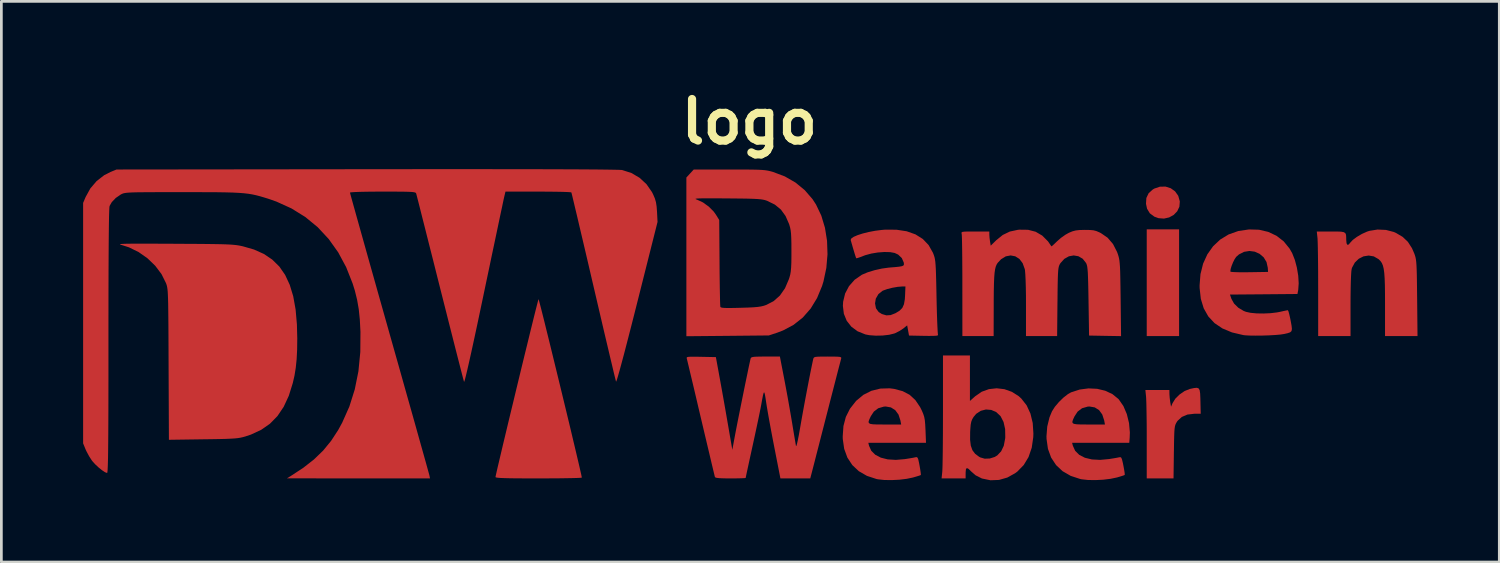
<source format=kicad_pcb>
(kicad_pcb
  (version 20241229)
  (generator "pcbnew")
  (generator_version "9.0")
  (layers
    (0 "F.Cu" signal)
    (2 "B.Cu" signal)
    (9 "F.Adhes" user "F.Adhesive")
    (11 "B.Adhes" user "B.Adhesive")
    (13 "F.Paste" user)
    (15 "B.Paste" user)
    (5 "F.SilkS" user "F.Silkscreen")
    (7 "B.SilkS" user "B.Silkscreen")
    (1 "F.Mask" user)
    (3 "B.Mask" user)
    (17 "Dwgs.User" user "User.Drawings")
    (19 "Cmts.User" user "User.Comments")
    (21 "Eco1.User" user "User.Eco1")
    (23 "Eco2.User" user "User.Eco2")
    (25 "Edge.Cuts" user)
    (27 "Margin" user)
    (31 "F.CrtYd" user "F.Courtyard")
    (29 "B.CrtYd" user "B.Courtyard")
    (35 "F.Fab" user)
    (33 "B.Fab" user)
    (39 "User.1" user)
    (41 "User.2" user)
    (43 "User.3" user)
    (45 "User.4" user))
  (footprint "logo"
    (layer "F.Cu")
    (at 24.549 8.768)
    (property "Reference" "logo" (at -0.1 -7.35 0) (layer "F.SilkS") (effects (font (size 1.524 1.524) (thickness 0.3))))
    (attr board_only exclude_from_pos_files exclude_from_bom)
    (fp_poly (pts (xy 15.667 0.514) (xy 14.48 0.514) (xy 14.48 -3.402) (xy 15.667 -3.402)) (stroke (width 0) (type solid)) (fill yes) (layer "F.Cu"))
    (fp_poly (pts (xy 15.362 -4.91) (xy 15.521 -4.795) (xy 15.636 -4.633) (xy 15.693 -4.429) (xy 15.694 -4.426) (xy 15.678 -4.233) (xy 15.599 -4.066) (xy 15.47 -3.932) (xy 15.303 -3.84) (xy 15.113 -3.797) (xy 14.913 -3.812) (xy 14.76 -3.867) (xy 14.594 -3.99) (xy 14.492 -4.158) (xy 14.453 -4.339) (xy 14.466 -4.552) (xy 14.549 -4.727) (xy 14.701 -4.864) (xy 14.76 -4.899) (xy 14.968 -4.969) (xy 15.173 -4.97)) (stroke (width 0) (type solid)) (fill yes) (layer "F.Cu"))
    (fp_poly (pts (xy 16.385 2.435) (xy 16.422 2.501) (xy 16.44 2.621) (xy 16.448 2.806) (xy 16.45 2.899) (xy 16.461 3.363) (xy 16.232 3.364) (xy 15.974 3.394) (xy 15.766 3.482) (xy 15.611 3.625) (xy 15.584 3.665) (xy 15.555 3.715) (xy 15.532 3.766) (xy 15.514 3.829) (xy 15.502 3.913) (xy 15.493 4.03) (xy 15.487 4.191) (xy 15.482 4.407) (xy 15.478 4.687) (xy 15.476 4.777) (xy 15.463 5.737) (xy 14.48 5.737) (xy 14.48 4.358) (xy 14.48 4.023) (xy 14.478 3.704) (xy 14.474 3.41) (xy 14.47 3.154) (xy 14.465 2.947) (xy 14.459 2.799) (xy 14.455 2.736) (xy 14.43 2.493) (xy 15.311 2.493) (xy 15.313 2.641) (xy 15.323 2.785) (xy 15.342 2.936) (xy 15.344 2.948) (xy 15.372 3.106) (xy 15.425 2.979) (xy 15.528 2.813) (xy 15.684 2.658) (xy 15.869 2.531) (xy 16.058 2.455) (xy 16.068 2.453) (xy 16.217 2.421) (xy 16.32 2.412)) (stroke (width 0) (type solid)) (fill yes) (layer "F.Cu"))
    (fp_poly (pts (xy -7.826 -0.806) (xy -7.798 -0.701) (xy -7.754 -0.534) (xy -7.697 -0.309) (xy -7.628 -0.035) (xy -7.55 0.283) (xy -7.462 0.636) (xy -7.368 1.02) (xy -7.269 1.426) (xy -7.166 1.848) (xy -7.061 2.279) (xy -6.956 2.712) (xy -6.852 3.142) (xy -6.751 3.56) (xy -6.655 3.96) (xy -6.566 4.336) (xy -6.484 4.68) (xy -6.412 4.986) (xy -6.351 5.246) (xy -6.303 5.455) (xy -6.269 5.606) (xy -6.252 5.691) (xy -6.25 5.707) (xy -6.288 5.714) (xy -6.398 5.72) (xy -6.569 5.725) (xy -6.795 5.729) (xy -7.066 5.733) (xy -7.374 5.735) (xy -7.711 5.737) (xy -7.834 5.737) (xy -8.246 5.736) (xy -8.585 5.735) (xy -8.857 5.732) (xy -9.068 5.727) (xy -9.223 5.721) (xy -9.329 5.713) (xy -9.391 5.703) (xy -9.416 5.691) (xy -9.417 5.687) (xy -9.408 5.639) (xy -9.382 5.522) (xy -9.341 5.341) (xy -9.285 5.105) (xy -9.218 4.821) (xy -9.141 4.494) (xy -9.054 4.132) (xy -8.961 3.742) (xy -8.862 3.33) (xy -8.759 2.905) (xy -8.655 2.471) (xy -8.55 2.037) (xy -8.446 1.608) (xy -8.345 1.193) (xy -8.248 0.798) (xy -8.158 0.429) (xy -8.076 0.095) (xy -8.003 -0.2) (xy -7.941 -0.447) (xy -7.892 -0.64) (xy -7.858 -0.771) (xy -7.84 -0.835) (xy -7.838 -0.84)) (stroke (width 0) (type solid)) (fill yes) (layer "F.Cu"))
    (fp_poly (pts (xy 23.258 -3.381) (xy 23.549 -3.305) (xy 23.623 -3.272) (xy 23.871 -3.126) (xy 24.063 -2.943) (xy 24.213 -2.71) (xy 24.3 -2.509) (xy 24.323 -2.443) (xy 24.342 -2.377) (xy 24.357 -2.301) (xy 24.369 -2.206) (xy 24.378 -2.084) (xy 24.385 -1.926) (xy 24.391 -1.721) (xy 24.395 -1.462) (xy 24.399 -1.139) (xy 24.402 -0.88) (xy 24.416 0.514) (xy 23.224 0.514) (xy 23.224 -0.646) (xy 23.223 -1.032) (xy 23.219 -1.347) (xy 23.21 -1.6) (xy 23.196 -1.8) (xy 23.175 -1.955) (xy 23.146 -2.074) (xy 23.108 -2.165) (xy 23.06 -2.236) (xy 22.999 -2.297) (xy 22.985 -2.31) (xy 22.811 -2.41) (xy 22.623 -2.441) (xy 22.434 -2.411) (xy 22.26 -2.323) (xy 22.116 -2.183) (xy 22.015 -1.997) (xy 22 -1.95) (xy 21.988 -1.866) (xy 21.978 -1.712) (xy 21.969 -1.497) (xy 21.963 -1.229) (xy 21.959 -0.918) (xy 21.958 -0.643) (xy 21.958 0.514) (xy 20.771 0.514) (xy 20.771 -1.161) (xy 20.77 -1.528) (xy 20.769 -1.879) (xy 20.766 -2.204) (xy 20.762 -2.493) (xy 20.758 -2.737) (xy 20.753 -2.926) (xy 20.748 -3.049) (xy 20.746 -3.08) (xy 20.72 -3.323) (xy 21.236 -3.323) (xy 21.457 -3.323) (xy 21.611 -3.317) (xy 21.711 -3.299) (xy 21.767 -3.263) (xy 21.793 -3.203) (xy 21.799 -3.111) (xy 21.8 -3.026) (xy 21.811 -2.893) (xy 21.843 -2.833) (xy 21.893 -2.847) (xy 21.939 -2.904) (xy 22.039 -3.012) (xy 22.193 -3.127) (xy 22.376 -3.234) (xy 22.565 -3.319) (xy 22.647 -3.346) (xy 22.949 -3.395)) (stroke (width 0) (type solid)) (fill yes) (layer "F.Cu"))
    (fp_poly (pts (xy 7.992 2.895) (xy 8.188 2.72) (xy 8.424 2.557) (xy 8.69 2.461) (xy 8.973 2.43) (xy 9.258 2.463) (xy 9.533 2.561) (xy 9.784 2.721) (xy 9.876 2.805) (xy 10.072 3.054) (xy 10.212 3.356) (xy 10.296 3.703) (xy 10.321 4.091) (xy 10.316 4.225) (xy 10.26 4.612) (xy 10.143 4.953) (xy 9.966 5.246) (xy 9.731 5.487) (xy 9.652 5.546) (xy 9.363 5.706) (xy 9.058 5.793) (xy 8.745 5.805) (xy 8.437 5.741) (xy 8.428 5.738) (xy 8.2 5.623) (xy 8.044 5.487) (xy 7.944 5.389) (xy 7.881 5.357) (xy 7.847 5.394) (xy 7.835 5.504) (xy 7.834 5.582) (xy 7.834 5.737) (xy 6.952 5.737) (xy 6.977 5.494) (xy 6.982 5.406) (xy 6.987 5.249) (xy 6.991 5.029) (xy 6.995 4.757) (xy 6.998 4.44) (xy 6.999 4.317) (xy 7.998 4.317) (xy 8.024 4.535) (xy 8.084 4.703) (xy 8.183 4.834) (xy 8.326 4.941) (xy 8.368 4.965) (xy 8.532 5.013) (xy 8.72 5.007) (xy 8.902 4.95) (xy 8.994 4.894) (xy 9.138 4.742) (xy 9.234 4.54) (xy 9.284 4.279) (xy 9.289 4.227) (xy 9.284 3.927) (xy 9.226 3.667) (xy 9.119 3.458) (xy 9.111 3.448) (xy 8.957 3.303) (xy 8.774 3.224) (xy 8.58 3.208) (xy 8.39 3.256) (xy 8.222 3.367) (xy 8.127 3.48) (xy 8.076 3.566) (xy 8.042 3.654) (xy 8.02 3.764) (xy 8.007 3.919) (xy 8 4.037) (xy 7.998 4.317) (xy 6.999 4.317) (xy 7.001 4.087) (xy 7.002 3.707) (xy 7.003 3.309) (xy 7.003 3.238) (xy 7.003 1.226) (xy 7.992 1.226)) (stroke (width 0) (type solid)) (fill yes) (layer "F.Cu"))
    (fp_poly (pts (xy -22.259 -2.877) (xy -21.905 -2.876) (xy -21.481 -2.874) (xy -21.206 -2.873) (xy -20.734 -2.87) (xy -20.334 -2.868) (xy -19.999 -2.865) (xy -19.72 -2.861) (xy -19.492 -2.857) (xy -19.306 -2.851) (xy -19.155 -2.844) (xy -19.032 -2.835) (xy -18.93 -2.824) (xy -18.841 -2.811) (xy -18.758 -2.795) (xy -18.685 -2.779) (xy -18.276 -2.661) (xy -17.918 -2.5) (xy -17.61 -2.293) (xy -17.35 -2.038) (xy -17.136 -1.73) (xy -16.967 -1.367) (xy -16.839 -0.946) (xy -16.752 -0.462) (xy -16.704 0.086) (xy -16.691 0.599) (xy -16.696 1.012) (xy -16.714 1.365) (xy -16.746 1.677) (xy -16.793 1.967) (xy -16.855 2.237) (xy -17.002 2.707) (xy -17.189 3.109) (xy -17.418 3.449) (xy -17.693 3.73) (xy -18.018 3.956) (xy -18.396 4.131) (xy -18.595 4.197) (xy -18.684 4.222) (xy -18.772 4.242) (xy -18.869 4.258) (xy -18.985 4.27) (xy -19.132 4.279) (xy -19.318 4.287) (xy -19.555 4.293) (xy -19.852 4.298) (xy -20.147 4.302) (xy -21.401 4.32) (xy -21.413 1.557) (xy -21.415 1.022) (xy -21.417 0.561) (xy -21.419 0.166) (xy -21.422 -0.166) (xy -21.425 -0.444) (xy -21.428 -0.671) (xy -21.433 -0.856) (xy -21.439 -1.002) (xy -21.445 -1.117) (xy -21.454 -1.206) (xy -21.464 -1.275) (xy -21.475 -1.33) (xy -21.489 -1.376) (xy -21.505 -1.421) (xy -21.509 -1.431) (xy -21.673 -1.76) (xy -21.904 -2.067) (xy -22.188 -2.34) (xy -22.512 -2.568) (xy -22.866 -2.742) (xy -23.131 -2.827) (xy -23.176 -2.839) (xy -23.197 -2.85) (xy -23.191 -2.858) (xy -23.15 -2.865) (xy -23.071 -2.87) (xy -22.948 -2.874) (xy -22.775 -2.876) (xy -22.547 -2.877)) (stroke (width 0) (type solid)) (fill yes) (layer "F.Cu"))
    (fp_poly (pts (xy 12.66 2.449) (xy 12.957 2.52) (xy 13.221 2.644) (xy 13.438 2.82) (xy 13.46 2.845) (xy 13.625 3.085) (xy 13.75 3.379) (xy 13.83 3.707) (xy 13.861 4.052) (xy 13.854 4.243) (xy 13.839 4.431) (xy 11.742 4.431) (xy 11.769 4.538) (xy 11.854 4.725) (xy 12.004 4.873) (xy 12.21 4.979) (xy 12.468 5.041) (xy 12.77 5.057) (xy 13.096 5.027) (xy 13.252 5.002) (xy 13.385 4.979) (xy 13.47 4.962) (xy 13.475 4.961) (xy 13.517 4.957) (xy 13.548 4.981) (xy 13.574 5.047) (xy 13.603 5.168) (xy 13.623 5.266) (xy 13.651 5.417) (xy 13.669 5.535) (xy 13.673 5.602) (xy 13.671 5.61) (xy 13.627 5.629) (xy 13.527 5.661) (xy 13.393 5.701) (xy 13.384 5.703) (xy 13.151 5.752) (xy 12.879 5.785) (xy 12.595 5.799) (xy 12.325 5.795) (xy 12.096 5.77) (xy 12.043 5.76) (xy 11.69 5.644) (xy 11.392 5.472) (xy 11.152 5.247) (xy 10.972 4.973) (xy 10.855 4.653) (xy 10.804 4.29) (xy 10.801 4.192) (xy 10.829 3.835) (xy 10.875 3.647) (xy 11.752 3.647) (xy 11.757 3.701) (xy 11.805 3.734) (xy 11.904 3.751) (xy 12.062 3.758) (xy 12.289 3.759) (xy 12.348 3.759) (xy 12.946 3.759) (xy 12.919 3.61) (xy 12.848 3.392) (xy 12.73 3.23) (xy 12.571 3.131) (xy 12.378 3.098) (xy 12.311 3.103) (xy 12.105 3.163) (xy 11.944 3.286) (xy 11.833 3.455) (xy 11.78 3.566) (xy 11.752 3.647) (xy 10.875 3.647) (xy 10.911 3.498) (xy 11.004 3.274) (xy 11.109 3.109) (xy 11.256 2.935) (xy 11.422 2.773) (xy 11.588 2.644) (xy 11.704 2.578) (xy 12.02 2.476) (xy 12.343 2.434)) (stroke (width 0) (type solid)) (fill yes) (layer "F.Cu"))
    (fp_poly (pts (xy 5.212 2.452) (xy 5.523 2.535) (xy 5.779 2.669) (xy 5.989 2.862) (xy 6.164 3.121) (xy 6.225 3.243) (xy 6.278 3.367) (xy 6.314 3.478) (xy 6.337 3.601) (xy 6.351 3.756) (xy 6.362 3.966) (xy 6.38 4.431) (xy 4.264 4.431) (xy 4.29 4.54) (xy 4.372 4.723) (xy 4.519 4.869) (xy 4.722 4.975) (xy 4.976 5.039) (xy 5.274 5.057) (xy 5.608 5.029) (xy 5.618 5.027) (xy 5.774 5.002) (xy 5.909 4.979) (xy 5.994 4.961) (xy 5.999 4.96) (xy 6.041 4.956) (xy 6.072 4.979) (xy 6.097 5.042) (xy 6.123 5.159) (xy 6.144 5.269) (xy 6.17 5.42) (xy 6.187 5.539) (xy 6.192 5.605) (xy 6.19 5.613) (xy 6.148 5.63) (xy 6.049 5.661) (xy 5.916 5.7) (xy 5.907 5.703) (xy 5.674 5.752) (xy 5.402 5.785) (xy 5.117 5.799) (xy 4.847 5.795) (xy 4.619 5.77) (xy 4.566 5.76) (xy 4.213 5.644) (xy 3.915 5.472) (xy 3.675 5.247) (xy 3.495 4.973) (xy 3.378 4.653) (xy 3.326 4.29) (xy 3.324 4.192) (xy 3.351 3.814) (xy 3.395 3.647) (xy 4.274 3.647) (xy 4.28 3.701) (xy 4.328 3.734) (xy 4.426 3.751) (xy 4.585 3.758) (xy 4.812 3.759) (xy 4.871 3.759) (xy 5.469 3.759) (xy 5.441 3.61) (xy 5.371 3.395) (xy 5.252 3.233) (xy 5.093 3.132) (xy 4.902 3.098) (xy 4.833 3.103) (xy 4.627 3.163) (xy 4.466 3.286) (xy 4.355 3.455) (xy 4.303 3.566) (xy 4.274 3.647) (xy 3.395 3.647) (xy 3.439 3.48) (xy 3.59 3.18) (xy 3.81 2.9) (xy 3.825 2.884) (xy 4.081 2.671) (xy 4.377 2.522) (xy 4.703 2.441) (xy 5.047 2.431)) (stroke (width 0) (type solid)) (fill yes) (layer "F.Cu"))
    (fp_poly (pts (xy 18.601 -3.388) (xy 18.939 -3.309) (xy 19.242 -3.166) (xy 19.505 -2.962) (xy 19.72 -2.698) (xy 19.818 -2.526) (xy 19.915 -2.28) (xy 19.99 -1.997) (xy 20.039 -1.702) (xy 20.056 -1.421) (xy 20.039 -1.18) (xy 20.034 -1.153) (xy 20.01 -1.03) (xy 18.772 -1.019) (xy 17.534 -1.009) (xy 17.588 -0.851) (xy 17.684 -0.679) (xy 17.84 -0.526) (xy 18.038 -0.408) (xy 18.124 -0.375) (xy 18.291 -0.339) (xy 18.511 -0.318) (xy 18.761 -0.314) (xy 19.016 -0.325) (xy 19.252 -0.353) (xy 19.37 -0.375) (xy 19.506 -0.406) (xy 19.61 -0.427) (xy 19.658 -0.435) (xy 19.678 -0.399) (xy 19.706 -0.302) (xy 19.739 -0.159) (xy 19.76 -0.055) (xy 19.794 0.131) (xy 19.807 0.254) (xy 19.792 0.331) (xy 19.741 0.377) (xy 19.647 0.409) (xy 19.525 0.437) (xy 19.387 0.458) (xy 19.192 0.475) (xy 18.96 0.488) (xy 18.711 0.496) (xy 18.468 0.498) (xy 18.251 0.495) (xy 18.081 0.485) (xy 18.021 0.477) (xy 17.608 0.38) (xy 17.256 0.233) (xy 16.966 0.037) (xy 16.738 -0.208) (xy 16.571 -0.504) (xy 16.465 -0.849) (xy 16.421 -1.245) (xy 16.419 -1.345) (xy 16.452 -1.761) (xy 16.479 -1.866) (xy 17.548 -1.866) (xy 17.553 -1.85) (xy 17.597 -1.84) (xy 17.707 -1.833) (xy 17.869 -1.828) (xy 18.071 -1.827) (xy 18.252 -1.829) (xy 18.931 -1.84) (xy 18.922 -1.991) (xy 18.875 -2.203) (xy 18.771 -2.375) (xy 18.622 -2.503) (xy 18.444 -2.583) (xy 18.249 -2.609) (xy 18.051 -2.577) (xy 17.864 -2.482) (xy 17.763 -2.393) (xy 17.707 -2.311) (xy 17.648 -2.194) (xy 17.595 -2.064) (xy 17.559 -1.947) (xy 17.548 -1.866) (xy 16.479 -1.866) (xy 16.548 -2.143) (xy 16.704 -2.485) (xy 16.914 -2.781) (xy 17.174 -3.026) (xy 17.482 -3.214) (xy 17.831 -3.338) (xy 17.847 -3.342) (xy 18.235 -3.399)) (stroke (width 0) (type solid)) (fill yes) (layer "F.Cu"))
    (fp_poly (pts (xy -0.486 -5.598) (xy -0.197 -5.597) (xy 0.032 -5.594) (xy 0.213 -5.59) (xy 0.354 -5.583) (xy 0.467 -5.573) (xy 0.561 -5.559) (xy 0.647 -5.541) (xy 0.733 -5.518) (xy 0.77 -5.507) (xy 1.199 -5.345) (xy 1.589 -5.121) (xy 1.93 -4.841) (xy 2.215 -4.512) (xy 2.345 -4.312) (xy 2.538 -3.907) (xy 2.673 -3.459) (xy 2.749 -2.982) (xy 2.766 -2.487) (xy 2.723 -1.987) (xy 2.619 -1.495) (xy 2.567 -1.325) (xy 2.383 -0.881) (xy 2.147 -0.494) (xy 1.859 -0.166) (xy 1.521 0.102) (xy 1.134 0.308) (xy 0.933 0.385) (xy 0.613 0.491) (xy -0.9 0.506) (xy -2.413 0.52) (xy -2.413 -4.517) (xy -2.078 -4.517) (xy -2.059 -4.505) (xy -2.018 -4.49) (xy -1.804 -4.39) (xy -1.593 -4.238) (xy -1.41 -4.055) (xy -1.327 -3.939) (xy -1.207 -3.745) (xy -1.196 -2.179) (xy -1.194 -1.833) (xy -1.19 -1.511) (xy -1.186 -1.222) (xy -1.181 -0.973) (xy -1.177 -0.775) (xy -1.172 -0.636) (xy -1.167 -0.565) (xy -1.166 -0.559) (xy -1.146 -0.539) (xy -1.095 -0.526) (xy -1.005 -0.518) (xy -0.864 -0.516) (xy -0.663 -0.518) (xy -0.425 -0.524) (xy -0.154 -0.532) (xy 0.052 -0.542) (xy 0.208 -0.556) (xy 0.329 -0.574) (xy 0.428 -0.598) (xy 0.52 -0.629) (xy 0.794 -0.772) (xy 1.022 -0.976) (xy 1.207 -1.242) (xy 1.349 -1.574) (xy 1.371 -1.642) (xy 1.399 -1.745) (xy 1.418 -1.858) (xy 1.431 -1.997) (xy 1.439 -2.175) (xy 1.442 -2.408) (xy 1.442 -2.611) (xy 1.441 -2.881) (xy 1.436 -3.087) (xy 1.428 -3.243) (xy 1.414 -3.366) (xy 1.394 -3.469) (xy 1.365 -3.568) (xy 1.357 -3.594) (xy 1.227 -3.891) (xy 1.057 -4.126) (xy 0.837 -4.308) (xy 0.557 -4.446) (xy 0.534 -4.455) (xy 0.471 -4.476) (xy 0.399 -4.492) (xy 0.309 -4.505) (xy 0.191 -4.515) (xy 0.036 -4.523) (xy -0.166 -4.529) (xy -0.423 -4.533) (xy -0.745 -4.536) (xy -0.93 -4.538) (xy -1.278 -4.54) (xy -1.554 -4.541) (xy -1.763 -4.541) (xy -1.914 -4.538) (xy -2.012 -4.534) (xy -2.065 -4.527) (xy -2.078 -4.517) (xy -2.413 -4.517) (xy -2.413 -5.303) (xy -2.278 -5.451) (xy -2.142 -5.598) (xy -0.844 -5.598)) (stroke (width 0) (type solid)) (fill yes) (layer "F.Cu"))
    (fp_poly (pts (xy 5.294 -3.389) (xy 5.67 -3.332) (xy 5.993 -3.218) (xy 6.262 -3.049) (xy 6.476 -2.825) (xy 6.633 -2.546) (xy 6.648 -2.51) (xy 6.673 -2.443) (xy 6.693 -2.377) (xy 6.709 -2.301) (xy 6.722 -2.208) (xy 6.732 -2.087) (xy 6.741 -1.929) (xy 6.748 -1.726) (xy 6.755 -1.467) (xy 6.762 -1.143) (xy 6.766 -0.926) (xy 6.773 -0.606) (xy 6.781 -0.31) (xy 6.79 -0.048) (xy 6.799 0.17) (xy 6.808 0.336) (xy 6.816 0.439) (xy 6.821 0.469) (xy 6.814 0.489) (xy 6.759 0.501) (xy 6.647 0.507) (xy 6.471 0.508) (xy 6.304 0.506) (xy 5.757 0.495) (xy 5.723 0.308) (xy 5.689 0.121) (xy 5.545 0.237) (xy 5.411 0.326) (xy 5.259 0.403) (xy 5.222 0.418) (xy 5.029 0.466) (xy 4.79 0.494) (xy 4.537 0.499) (xy 4.302 0.482) (xy 4.154 0.453) (xy 3.869 0.338) (xy 3.64 0.169) (xy 3.471 -0.047) (xy 3.366 -0.303) (xy 3.33 -0.593) (xy 3.336 -0.685) (xy 4.51 -0.685) (xy 4.544 -0.505) (xy 4.643 -0.368) (xy 4.763 -0.294) (xy 4.926 -0.246) (xy 5.082 -0.256) (xy 5.259 -0.325) (xy 5.261 -0.326) (xy 5.41 -0.417) (xy 5.511 -0.519) (xy 5.571 -0.652) (xy 5.603 -0.833) (xy 5.612 -0.972) (xy 5.626 -1.306) (xy 5.511 -1.306) (xy 5.345 -1.293) (xy 5.15 -1.259) (xy 4.961 -1.212) (xy 4.811 -1.158) (xy 4.788 -1.148) (xy 4.634 -1.026) (xy 4.538 -0.859) (xy 4.51 -0.685) (xy 3.336 -0.685) (xy 3.339 -0.746) (xy 3.412 -1.047) (xy 3.555 -1.318) (xy 3.759 -1.55) (xy 4.017 -1.73) (xy 4.036 -1.74) (xy 4.24 -1.826) (xy 4.492 -1.903) (xy 4.76 -1.963) (xy 5.013 -1.998) (xy 5.025 -1.999) (xy 5.246 -2.017) (xy 5.4 -2.033) (xy 5.498 -2.051) (xy 5.551 -2.075) (xy 5.57 -2.109) (xy 5.568 -2.158) (xy 5.563 -2.187) (xy 5.492 -2.349) (xy 5.358 -2.476) (xy 5.23 -2.536) (xy 5.065 -2.566) (xy 4.85 -2.571) (xy 4.61 -2.553) (xy 4.371 -2.513) (xy 4.156 -2.455) (xy 4.102 -2.435) (xy 3.97 -2.384) (xy 3.87 -2.35) (xy 3.821 -2.34) (xy 3.819 -2.34) (xy 3.802 -2.386) (xy 3.765 -2.503) (xy 3.71 -2.686) (xy 3.639 -2.932) (xy 3.616 -3.012) (xy 3.639 -3.067) (xy 3.728 -3.128) (xy 3.872 -3.19) (xy 4.058 -3.25) (xy 4.275 -3.304) (xy 4.51 -3.349) (xy 4.752 -3.38) (xy 4.868 -3.39)) (stroke (width 0) (type solid)) (fill yes) (layer "F.Cu"))
    (fp_poly (pts (xy 10.125 -3.386) (xy 10.404 -3.314) (xy 10.647 -3.172) (xy 10.858 -2.96) (xy 10.983 -2.777) (xy 11.012 -2.797) (xy 11.082 -2.86) (xy 11.179 -2.954) (xy 11.193 -2.967) (xy 11.335 -3.091) (xy 11.498 -3.206) (xy 11.622 -3.275) (xy 11.751 -3.329) (xy 11.871 -3.361) (xy 12.01 -3.377) (xy 12.198 -3.382) (xy 12.208 -3.382) (xy 12.39 -3.379) (xy 12.521 -3.368) (xy 12.628 -3.341) (xy 12.74 -3.293) (xy 12.8 -3.263) (xy 13.044 -3.095) (xy 13.242 -2.864) (xy 13.391 -2.573) (xy 13.42 -2.493) (xy 13.443 -2.419) (xy 13.462 -2.345) (xy 13.477 -2.26) (xy 13.488 -2.156) (xy 13.498 -2.024) (xy 13.505 -1.853) (xy 13.51 -1.635) (xy 13.515 -1.361) (xy 13.52 -1.02) (xy 13.522 -0.859) (xy 13.538 0.516) (xy 12.951 0.506) (xy 12.364 0.495) (xy 12.344 -0.771) (xy 12.338 -1.127) (xy 12.332 -1.413) (xy 12.325 -1.637) (xy 12.318 -1.809) (xy 12.308 -1.936) (xy 12.297 -2.029) (xy 12.282 -2.096) (xy 12.264 -2.146) (xy 12.253 -2.168) (xy 12.13 -2.323) (xy 11.974 -2.415) (xy 11.8 -2.445) (xy 11.623 -2.413) (xy 11.457 -2.32) (xy 11.317 -2.166) (xy 11.295 -2.132) (xy 11.273 -2.09) (xy 11.256 -2.042) (xy 11.242 -1.978) (xy 11.231 -1.889) (xy 11.223 -1.767) (xy 11.217 -1.602) (xy 11.212 -1.386) (xy 11.208 -1.109) (xy 11.205 -0.762) (xy 11.204 -0.742) (xy 11.192 0.514) (xy 10.049 0.514) (xy 10.049 -0.611) (xy 10.048 -0.961) (xy 10.043 -1.273) (xy 10.035 -1.538) (xy 10.025 -1.748) (xy 10.013 -1.893) (xy 10.005 -1.942) (xy 9.927 -2.159) (xy 9.807 -2.317) (xy 9.655 -2.413) (xy 9.485 -2.445) (xy 9.308 -2.411) (xy 9.136 -2.306) (xy 9.008 -2.169) (xy 8.97 -2.107) (xy 8.939 -2.032) (xy 8.915 -1.933) (xy 8.896 -1.803) (xy 8.883 -1.633) (xy 8.874 -1.414) (xy 8.868 -1.137) (xy 8.865 -0.795) (xy 8.865 -0.584) (xy 8.862 0.514) (xy 7.715 0.514) (xy 7.714 -1.315) (xy 7.714 -1.691) (xy 7.712 -2.045) (xy 7.71 -2.368) (xy 7.707 -2.653) (xy 7.703 -2.89) (xy 7.699 -3.072) (xy 7.694 -3.19) (xy 7.69 -3.234) (xy 7.682 -3.27) (xy 7.691 -3.295) (xy 7.726 -3.311) (xy 7.802 -3.319) (xy 7.929 -3.323) (xy 8.121 -3.323) (xy 8.185 -3.323) (xy 8.704 -3.323) (xy 8.704 -3.215) (xy 8.711 -3.1) (xy 8.728 -2.967) (xy 8.73 -2.954) (xy 8.755 -2.803) (xy 8.957 -3.002) (xy 9.196 -3.196) (xy 9.455 -3.321) (xy 9.752 -3.385) (xy 9.805 -3.39)) (stroke (width 0) (type solid)) (fill yes) (layer "F.Cu"))
    (fp_poly (pts (xy 1.185 2.125) (xy 1.244 2.438) (xy 1.308 2.784) (xy 1.37 3.135) (xy 1.427 3.462) (xy 1.47 3.717) (xy 1.509 3.955) (xy 1.545 4.172) (xy 1.576 4.353) (xy 1.598 4.484) (xy 1.61 4.55) (xy 1.623 4.545) (xy 1.646 4.47) (xy 1.677 4.333) (xy 1.715 4.141) (xy 1.757 3.903) (xy 1.765 3.858) (xy 1.805 3.627) (xy 1.854 3.354) (xy 1.909 3.052) (xy 1.968 2.737) (xy 2.028 2.421) (xy 2.086 2.119) (xy 2.14 1.845) (xy 2.188 1.611) (xy 2.225 1.433) (xy 2.243 1.355) (xy 2.254 1.319) (xy 2.279 1.294) (xy 2.328 1.278) (xy 2.416 1.27) (xy 2.556 1.267) (xy 2.761 1.266) (xy 2.776 1.266) (xy 2.986 1.267) (xy 3.129 1.27) (xy 3.216 1.278) (xy 3.26 1.293) (xy 3.272 1.314) (xy 3.268 1.335) (xy 3.255 1.386) (xy 3.224 1.506) (xy 3.176 1.688) (xy 3.115 1.924) (xy 3.042 2.207) (xy 2.959 2.53) (xy 2.867 2.885) (xy 2.77 3.265) (xy 2.729 3.422) (xy 2.629 3.813) (xy 2.533 4.185) (xy 2.445 4.53) (xy 2.365 4.839) (xy 2.297 5.106) (xy 2.241 5.323) (xy 2.2 5.481) (xy 2.176 5.573) (xy 2.172 5.588) (xy 2.133 5.737) (xy 1.038 5.737) (xy 0.815 4.599) (xy 0.753 4.279) (xy 0.692 3.957) (xy 0.635 3.648) (xy 0.585 3.369) (xy 0.545 3.136) (xy 0.518 2.967) (xy 0.488 2.766) (xy 0.465 2.637) (xy 0.444 2.579) (xy 0.423 2.596) (xy 0.398 2.687) (xy 0.366 2.854) (xy 0.335 3.027) (xy 0.31 3.159) (xy 0.271 3.354) (xy 0.22 3.599) (xy 0.16 3.881) (xy 0.095 4.184) (xy 0.027 4.497) (xy 0.017 4.543) (xy -0.047 4.835) (xy -0.105 5.1) (xy -0.155 5.331) (xy -0.195 5.516) (xy -0.223 5.647) (xy -0.236 5.714) (xy -0.237 5.72) (xy -0.275 5.726) (xy -0.377 5.731) (xy -0.53 5.735) (xy -0.72 5.737) (xy -0.793 5.737) (xy -1.032 5.735) (xy -1.2 5.728) (xy -1.306 5.716) (xy -1.357 5.697) (xy -1.365 5.687) (xy -1.377 5.64) (xy -1.405 5.524) (xy -1.448 5.344) (xy -1.504 5.11) (xy -1.571 4.826) (xy -1.648 4.502) (xy -1.733 4.144) (xy -1.824 3.758) (xy -1.88 3.521) (xy -1.974 3.123) (xy -2.062 2.746) (xy -2.144 2.399) (xy -2.218 2.088) (xy -2.282 1.821) (xy -2.333 1.605) (xy -2.371 1.447) (xy -2.393 1.355) (xy -2.399 1.334) (xy -2.402 1.306) (xy -2.384 1.287) (xy -2.333 1.276) (xy -2.237 1.271) (xy -2.086 1.271) (xy -1.875 1.275) (xy -1.33 1.286) (xy -1.178 2.117) (xy -1.121 2.432) (xy -1.056 2.794) (xy -0.989 3.173) (xy -0.926 3.537) (xy -0.877 3.818) (xy -0.727 4.688) (xy -0.636 4.194) (xy -0.606 4.036) (xy -0.566 3.829) (xy -0.517 3.581) (xy -0.462 3.305) (xy -0.403 3.011) (xy -0.342 2.71) (xy -0.282 2.413) (xy -0.224 2.131) (xy -0.171 1.876) (xy -0.126 1.657) (xy -0.089 1.486) (xy -0.064 1.374) (xy -0.055 1.335) (xy -0.039 1.307) (xy -0.001 1.288) (xy 0.07 1.275) (xy 0.188 1.269) (xy 0.366 1.266) (xy 0.492 1.266) (xy 1.019 1.266)) (stroke (width 0) (type solid)) (fill yes) (layer "F.Cu"))
    (fp_poly (pts (xy -9.972 -5.611) (xy -9.124 -5.61) (xy -8.352 -5.609) (xy -7.657 -5.608) (xy -7.038 -5.606) (xy -6.494 -5.604) (xy -6.025 -5.601) (xy -5.631 -5.598) (xy -5.311 -5.594) (xy -5.065 -5.59) (xy -4.892 -5.586) (xy -4.791 -5.581) (xy -4.767 -5.578) (xy -4.43 -5.47) (xy -4.13 -5.294) (xy -3.876 -5.059) (xy -3.676 -4.771) (xy -3.632 -4.684) (xy -3.568 -4.534) (xy -3.528 -4.395) (xy -3.504 -4.236) (xy -3.49 -4.048) (xy -3.471 -3.674) (xy -4.218 -0.709) (xy -4.358 -0.155) (xy -4.487 0.349) (xy -4.603 0.798) (xy -4.705 1.19) (xy -4.794 1.521) (xy -4.867 1.789) (xy -4.925 1.991) (xy -4.965 2.124) (xy -4.989 2.184) (xy -4.993 2.186) (xy -5.006 2.138) (xy -5.036 2.018) (xy -5.081 1.833) (xy -5.139 1.587) (xy -5.211 1.287) (xy -5.293 0.938) (xy -5.386 0.546) (xy -5.487 0.116) (xy -5.595 -0.347) (xy -5.709 -0.835) (xy -5.819 -1.306) (xy -5.937 -1.813) (xy -6.05 -2.298) (xy -6.157 -2.755) (xy -6.257 -3.179) (xy -6.348 -3.565) (xy -6.428 -3.907) (xy -6.498 -4.199) (xy -6.554 -4.435) (xy -6.596 -4.611) (xy -6.623 -4.72) (xy -6.634 -4.758) (xy -6.676 -4.765) (xy -6.788 -4.772) (xy -6.959 -4.778) (xy -7.18 -4.782) (xy -7.441 -4.785) (xy -7.732 -4.787) (xy -7.851 -4.787) (xy -9.051 -4.787) (xy -9.091 -4.619) (xy -9.106 -4.556) (xy -9.135 -4.421) (xy -9.177 -4.22) (xy -9.233 -3.96) (xy -9.299 -3.646) (xy -9.375 -3.284) (xy -9.46 -2.881) (xy -9.553 -2.442) (xy -9.651 -1.973) (xy -9.755 -1.48) (xy -9.836 -1.093) (xy -9.973 -0.442) (xy -10.096 0.14) (xy -10.206 0.651) (xy -10.302 1.091) (xy -10.384 1.459) (xy -10.451 1.753) (xy -10.504 1.973) (xy -10.541 2.118) (xy -10.564 2.187) (xy -10.571 2.191) (xy -10.585 2.142) (xy -10.617 2.023) (xy -10.665 1.837) (xy -10.728 1.592) (xy -10.805 1.293) (xy -10.894 0.945) (xy -10.993 0.554) (xy -11.102 0.126) (xy -11.218 -0.334) (xy -11.341 -0.82) (xy -11.454 -1.266) (xy -11.581 -1.77) (xy -11.702 -2.253) (xy -11.818 -2.709) (xy -11.925 -3.133) (xy -12.022 -3.518) (xy -12.109 -3.86) (xy -12.183 -4.153) (xy -12.243 -4.391) (xy -12.289 -4.568) (xy -12.317 -4.679) (xy -12.328 -4.718) (xy -12.339 -4.738) (xy -12.364 -4.753) (xy -12.411 -4.765) (xy -12.49 -4.774) (xy -12.607 -4.78) (xy -12.772 -4.784) (xy -12.993 -4.786) (xy -13.278 -4.787) (xy -13.553 -4.787) (xy -13.868 -4.786) (xy -14.149 -4.783) (xy -14.386 -4.778) (xy -14.572 -4.771) (xy -14.697 -4.763) (xy -14.755 -4.754) (xy -14.757 -4.752) (xy -14.747 -4.71) (xy -14.716 -4.597) (xy -14.666 -4.416) (xy -14.598 -4.172) (xy -14.514 -3.871) (xy -14.414 -3.515) (xy -14.3 -3.109) (xy -14.174 -2.659) (xy -14.036 -2.168) (xy -13.887 -1.641) (xy -13.73 -1.082) (xy -13.564 -0.495) (xy -13.392 0.114) (xy -13.311 0.402) (xy -13.136 1.021) (xy -12.966 1.621) (xy -12.804 2.197) (xy -12.65 2.744) (xy -12.505 3.257) (xy -12.371 3.732) (xy -12.25 4.165) (xy -12.142 4.55) (xy -12.048 4.884) (xy -11.97 5.162) (xy -11.91 5.38) (xy -11.868 5.532) (xy -11.845 5.615) (xy -11.842 5.628) (xy -11.82 5.737) (xy -14.446 5.736) (xy -17.072 5.735) (xy -16.933 5.651) (xy -16.473 5.35) (xy -16.079 5.042) (xy -15.742 4.716) (xy -15.45 4.36) (xy -15.19 3.962) (xy -15.043 3.693) (xy -14.779 3.099) (xy -14.581 2.471) (xy -14.447 1.806) (xy -14.378 1.1) (xy -14.372 0.35) (xy -14.373 0.34) (xy -14.396 -0.094) (xy -14.435 -0.472) (xy -14.495 -0.818) (xy -14.578 -1.154) (xy -14.659 -1.414) (xy -14.897 -2.015) (xy -15.191 -2.561) (xy -15.54 -3.05) (xy -15.942 -3.482) (xy -16.396 -3.855) (xy -16.902 -4.169) (xy -17.459 -4.422) (xy -17.754 -4.525) (xy -17.917 -4.575) (xy -18.063 -4.618) (xy -18.202 -4.654) (xy -18.341 -4.684) (xy -18.488 -4.708) (xy -18.651 -4.727) (xy -18.837 -4.741) (xy -19.056 -4.752) (xy -19.314 -4.759) (xy -19.619 -4.764) (xy -19.98 -4.766) (xy -20.405 -4.767) (xy -20.89 -4.767) (xy -21.353 -4.767) (xy -21.743 -4.767) (xy -22.068 -4.766) (xy -22.334 -4.764) (xy -22.548 -4.762) (xy -22.716 -4.758) (xy -22.846 -4.752) (xy -22.943 -4.745) (xy -23.015 -4.735) (xy -23.068 -4.724) (xy -23.109 -4.709) (xy -23.146 -4.692) (xy -23.165 -4.682) (xy -23.351 -4.554) (xy -23.498 -4.4) (xy -23.578 -4.26) (xy -23.585 -4.208) (xy -23.591 -4.088) (xy -23.597 -3.9) (xy -23.602 -3.642) (xy -23.606 -3.315) (xy -23.61 -2.915) (xy -23.613 -2.443) (xy -23.616 -1.897) (xy -23.618 -1.276) (xy -23.619 -0.579) (xy -23.62 0.195) (xy -23.62 0.695) (xy -23.62 1.441) (xy -23.62 2.111) (xy -23.621 2.709) (xy -23.622 3.239) (xy -23.624 3.703) (xy -23.626 4.106) (xy -23.629 4.451) (xy -23.632 4.741) (xy -23.635 4.98) (xy -23.64 5.171) (xy -23.645 5.318) (xy -23.65 5.425) (xy -23.657 5.495) (xy -23.664 5.531) (xy -23.669 5.538) (xy -23.745 5.51) (xy -23.855 5.437) (xy -23.982 5.335) (xy -24.107 5.218) (xy -24.212 5.101) (xy -24.232 5.074) (xy -24.33 4.922) (xy -24.423 4.749) (xy -24.46 4.669) (xy -24.549 4.451) (xy -24.549 -4.372) (xy -24.457 -4.589) (xy -24.284 -4.904) (xy -24.053 -5.174) (xy -23.775 -5.39) (xy -23.54 -5.509) (xy -23.323 -5.598) (xy -14.144 -5.609) (xy -12.984 -5.61) (xy -11.902 -5.611) (xy -10.898 -5.611)) (stroke (width 0) (type solid)) (fill yes) (layer "F.Cu"))
    (fp_poly (pts (xy 15.667 0.514) (xy 14.48 0.514) (xy 14.48 -3.402) (xy 15.667 -3.402)) (stroke (width 0) (type solid)) (fill yes) (layer "F.Mask"))
    (fp_poly (pts (xy 15.362 -4.91) (xy 15.521 -4.795) (xy 15.636 -4.633) (xy 15.693 -4.429) (xy 15.694 -4.426) (xy 15.678 -4.233) (xy 15.599 -4.066) (xy 15.47 -3.932) (xy 15.303 -3.84) (xy 15.113 -3.797) (xy 14.913 -3.812) (xy 14.76 -3.867) (xy 14.594 -3.99) (xy 14.492 -4.158) (xy 14.453 -4.339) (xy 14.466 -4.552) (xy 14.549 -4.727) (xy 14.701 -4.864) (xy 14.76 -4.899) (xy 14.968 -4.969) (xy 15.173 -4.97)) (stroke (width 0) (type solid)) (fill yes) (layer "F.Mask"))
    (fp_poly (pts (xy 16.385 2.435) (xy 16.422 2.501) (xy 16.44 2.621) (xy 16.448 2.806) (xy 16.45 2.899) (xy 16.461 3.363) (xy 16.232 3.364) (xy 15.974 3.394) (xy 15.766 3.482) (xy 15.611 3.625) (xy 15.584 3.665) (xy 15.555 3.715) (xy 15.532 3.766) (xy 15.514 3.829) (xy 15.502 3.913) (xy 15.493 4.03) (xy 15.487 4.191) (xy 15.482 4.407) (xy 15.478 4.687) (xy 15.476 4.777) (xy 15.463 5.737) (xy 14.48 5.737) (xy 14.48 4.358) (xy 14.48 4.023) (xy 14.478 3.704) (xy 14.474 3.41) (xy 14.47 3.154) (xy 14.465 2.947) (xy 14.459 2.799) (xy 14.455 2.736) (xy 14.43 2.493) (xy 15.311 2.493) (xy 15.313 2.641) (xy 15.323 2.785) (xy 15.342 2.936) (xy 15.344 2.948) (xy 15.372 3.106) (xy 15.425 2.979) (xy 15.528 2.813) (xy 15.684 2.658) (xy 15.869 2.531) (xy 16.058 2.455) (xy 16.068 2.453) (xy 16.217 2.421) (xy 16.32 2.412)) (stroke (width 0) (type solid)) (fill yes) (layer "F.Mask"))
    (fp_poly (pts (xy -7.826 -0.806) (xy -7.798 -0.701) (xy -7.754 -0.534) (xy -7.697 -0.309) (xy -7.628 -0.035) (xy -7.55 0.283) (xy -7.462 0.636) (xy -7.368 1.02) (xy -7.269 1.426) (xy -7.166 1.848) (xy -7.061 2.279) (xy -6.956 2.712) (xy -6.852 3.142) (xy -6.751 3.56) (xy -6.655 3.96) (xy -6.566 4.336) (xy -6.484 4.68) (xy -6.412 4.986) (xy -6.351 5.246) (xy -6.303 5.455) (xy -6.269 5.606) (xy -6.252 5.691) (xy -6.25 5.707) (xy -6.288 5.714) (xy -6.398 5.72) (xy -6.569 5.725) (xy -6.795 5.729) (xy -7.066 5.733) (xy -7.374 5.735) (xy -7.711 5.737) (xy -7.834 5.737) (xy -8.246 5.736) (xy -8.585 5.735) (xy -8.857 5.732) (xy -9.068 5.727) (xy -9.223 5.721) (xy -9.329 5.713) (xy -9.391 5.703) (xy -9.416 5.691) (xy -9.417 5.687) (xy -9.408 5.639) (xy -9.382 5.522) (xy -9.341 5.341) (xy -9.285 5.105) (xy -9.218 4.821) (xy -9.141 4.494) (xy -9.054 4.132) (xy -8.961 3.742) (xy -8.862 3.33) (xy -8.759 2.905) (xy -8.655 2.471) (xy -8.55 2.037) (xy -8.446 1.608) (xy -8.345 1.193) (xy -8.248 0.798) (xy -8.158 0.429) (xy -8.076 0.095) (xy -8.003 -0.2) (xy -7.941 -0.447) (xy -7.892 -0.64) (xy -7.858 -0.771) (xy -7.84 -0.835) (xy -7.838 -0.84)) (stroke (width 0) (type solid)) (fill yes) (layer "F.Mask"))
    (fp_poly (pts (xy 23.258 -3.381) (xy 23.549 -3.305) (xy 23.623 -3.272) (xy 23.871 -3.126) (xy 24.063 -2.943) (xy 24.213 -2.71) (xy 24.3 -2.509) (xy 24.323 -2.443) (xy 24.342 -2.377) (xy 24.357 -2.301) (xy 24.369 -2.206) (xy 24.378 -2.084) (xy 24.385 -1.926) (xy 24.391 -1.721) (xy 24.395 -1.462) (xy 24.399 -1.139) (xy 24.402 -0.88) (xy 24.416 0.514) (xy 23.224 0.514) (xy 23.224 -0.646) (xy 23.223 -1.032) (xy 23.219 -1.347) (xy 23.21 -1.6) (xy 23.196 -1.8) (xy 23.175 -1.955) (xy 23.146 -2.074) (xy 23.108 -2.165) (xy 23.06 -2.236) (xy 22.999 -2.297) (xy 22.985 -2.31) (xy 22.811 -2.41) (xy 22.623 -2.441) (xy 22.434 -2.411) (xy 22.26 -2.323) (xy 22.116 -2.183) (xy 22.015 -1.997) (xy 22 -1.95) (xy 21.988 -1.866) (xy 21.978 -1.712) (xy 21.969 -1.497) (xy 21.963 -1.229) (xy 21.959 -0.918) (xy 21.958 -0.643) (xy 21.958 0.514) (xy 20.771 0.514) (xy 20.771 -1.161) (xy 20.77 -1.528) (xy 20.769 -1.879) (xy 20.766 -2.204) (xy 20.762 -2.493) (xy 20.758 -2.737) (xy 20.753 -2.926) (xy 20.748 -3.049) (xy 20.746 -3.08) (xy 20.72 -3.323) (xy 21.236 -3.323) (xy 21.457 -3.323) (xy 21.611 -3.317) (xy 21.711 -3.299) (xy 21.767 -3.263) (xy 21.793 -3.203) (xy 21.799 -3.111) (xy 21.8 -3.026) (xy 21.811 -2.893) (xy 21.843 -2.833) (xy 21.893 -2.847) (xy 21.939 -2.904) (xy 22.039 -3.012) (xy 22.193 -3.127) (xy 22.376 -3.234) (xy 22.565 -3.319) (xy 22.647 -3.346) (xy 22.949 -3.395)) (stroke (width 0) (type solid)) (fill yes) (layer "F.Mask"))
    (fp_poly (pts (xy 7.992 2.895) (xy 8.188 2.72) (xy 8.424 2.557) (xy 8.69 2.461) (xy 8.973 2.43) (xy 9.258 2.463) (xy 9.533 2.561) (xy 9.784 2.721) (xy 9.876 2.805) (xy 10.072 3.054) (xy 10.212 3.356) (xy 10.296 3.703) (xy 10.321 4.091) (xy 10.316 4.225) (xy 10.26 4.612) (xy 10.143 4.953) (xy 9.966 5.246) (xy 9.731 5.487) (xy 9.652 5.546) (xy 9.363 5.706) (xy 9.058 5.793) (xy 8.745 5.805) (xy 8.437 5.741) (xy 8.428 5.738) (xy 8.2 5.623) (xy 8.044 5.487) (xy 7.944 5.389) (xy 7.881 5.357) (xy 7.847 5.394) (xy 7.835 5.504) (xy 7.834 5.582) (xy 7.834 5.737) (xy 6.952 5.737) (xy 6.977 5.494) (xy 6.982 5.406) (xy 6.987 5.249) (xy 6.991 5.029) (xy 6.995 4.757) (xy 6.998 4.44) (xy 6.999 4.317) (xy 7.998 4.317) (xy 8.024 4.535) (xy 8.084 4.703) (xy 8.183 4.834) (xy 8.326 4.941) (xy 8.368 4.965) (xy 8.532 5.013) (xy 8.72 5.007) (xy 8.902 4.95) (xy 8.994 4.894) (xy 9.138 4.742) (xy 9.234 4.54) (xy 9.284 4.279) (xy 9.289 4.227) (xy 9.284 3.927) (xy 9.226 3.667) (xy 9.119 3.458) (xy 9.111 3.448) (xy 8.957 3.303) (xy 8.774 3.224) (xy 8.58 3.208) (xy 8.39 3.256) (xy 8.222 3.367) (xy 8.127 3.48) (xy 8.076 3.566) (xy 8.042 3.654) (xy 8.02 3.764) (xy 8.007 3.919) (xy 8 4.037) (xy 7.998 4.317) (xy 6.999 4.317) (xy 7.001 4.087) (xy 7.002 3.707) (xy 7.003 3.309) (xy 7.003 3.238) (xy 7.003 1.226) (xy 7.992 1.226)) (stroke (width 0) (type solid)) (fill yes) (layer "F.Mask"))
    (fp_poly (pts (xy -22.259 -2.877) (xy -21.905 -2.876) (xy -21.481 -2.874) (xy -21.206 -2.873) (xy -20.734 -2.87) (xy -20.334 -2.868) (xy -19.999 -2.865) (xy -19.72 -2.861) (xy -19.492 -2.857) (xy -19.306 -2.851) (xy -19.155 -2.844) (xy -19.032 -2.835) (xy -18.93 -2.824) (xy -18.841 -2.811) (xy -18.758 -2.795) (xy -18.685 -2.779) (xy -18.276 -2.661) (xy -17.918 -2.5) (xy -17.61 -2.293) (xy -17.35 -2.038) (xy -17.136 -1.73) (xy -16.967 -1.367) (xy -16.839 -0.946) (xy -16.752 -0.462) (xy -16.704 0.086) (xy -16.691 0.599) (xy -16.696 1.012) (xy -16.714 1.365) (xy -16.746 1.677) (xy -16.793 1.967) (xy -16.855 2.237) (xy -17.002 2.707) (xy -17.189 3.109) (xy -17.418 3.449) (xy -17.693 3.73) (xy -18.018 3.956) (xy -18.396 4.131) (xy -18.595 4.197) (xy -18.684 4.222) (xy -18.772 4.242) (xy -18.869 4.258) (xy -18.985 4.27) (xy -19.132 4.279) (xy -19.318 4.287) (xy -19.555 4.293) (xy -19.852 4.298) (xy -20.147 4.302) (xy -21.401 4.32) (xy -21.413 1.557) (xy -21.415 1.022) (xy -21.417 0.561) (xy -21.419 0.166) (xy -21.422 -0.166) (xy -21.425 -0.444) (xy -21.428 -0.671) (xy -21.433 -0.856) (xy -21.439 -1.002) (xy -21.445 -1.117) (xy -21.454 -1.206) (xy -21.464 -1.275) (xy -21.475 -1.33) (xy -21.489 -1.376) (xy -21.505 -1.421) (xy -21.509 -1.431) (xy -21.673 -1.76) (xy -21.904 -2.067) (xy -22.188 -2.34) (xy -22.512 -2.568) (xy -22.866 -2.742) (xy -23.131 -2.827) (xy -23.176 -2.839) (xy -23.197 -2.85) (xy -23.191 -2.858) (xy -23.15 -2.865) (xy -23.071 -2.87) (xy -22.948 -2.874) (xy -22.775 -2.876) (xy -22.547 -2.877)) (stroke (width 0) (type solid)) (fill yes) (layer "F.Mask"))
    (fp_poly (pts (xy 12.66 2.449) (xy 12.957 2.52) (xy 13.221 2.644) (xy 13.438 2.82) (xy 13.46 2.845) (xy 13.625 3.085) (xy 13.75 3.379) (xy 13.83 3.707) (xy 13.861 4.052) (xy 13.854 4.243) (xy 13.839 4.431) (xy 11.742 4.431) (xy 11.769 4.538) (xy 11.854 4.725) (xy 12.004 4.873) (xy 12.21 4.979) (xy 12.468 5.041) (xy 12.77 5.057) (xy 13.096 5.027) (xy 13.252 5.002) (xy 13.385 4.979) (xy 13.47 4.962) (xy 13.475 4.961) (xy 13.517 4.957) (xy 13.548 4.981) (xy 13.574 5.047) (xy 13.603 5.168) (xy 13.623 5.266) (xy 13.651 5.417) (xy 13.669 5.535) (xy 13.673 5.602) (xy 13.671 5.61) (xy 13.627 5.629) (xy 13.527 5.661) (xy 13.393 5.701) (xy 13.384 5.703) (xy 13.151 5.752) (xy 12.879 5.785) (xy 12.595 5.799) (xy 12.325 5.795) (xy 12.096 5.77) (xy 12.043 5.76) (xy 11.69 5.644) (xy 11.392 5.472) (xy 11.152 5.247) (xy 10.972 4.973) (xy 10.855 4.653) (xy 10.804 4.29) (xy 10.801 4.192) (xy 10.829 3.835) (xy 10.875 3.647) (xy 11.752 3.647) (xy 11.757 3.701) (xy 11.805 3.734) (xy 11.904 3.751) (xy 12.062 3.758) (xy 12.289 3.759) (xy 12.348 3.759) (xy 12.946 3.759) (xy 12.919 3.61) (xy 12.848 3.392) (xy 12.73 3.23) (xy 12.571 3.131) (xy 12.378 3.098) (xy 12.311 3.103) (xy 12.105 3.163) (xy 11.944 3.286) (xy 11.833 3.455) (xy 11.78 3.566) (xy 11.752 3.647) (xy 10.875 3.647) (xy 10.911 3.498) (xy 11.004 3.274) (xy 11.109 3.109) (xy 11.256 2.935) (xy 11.422 2.773) (xy 11.588 2.644) (xy 11.704 2.578) (xy 12.02 2.476) (xy 12.343 2.434)) (stroke (width 0) (type solid)) (fill yes) (layer "F.Mask"))
    (fp_poly (pts (xy 5.212 2.452) (xy 5.523 2.535) (xy 5.779 2.669) (xy 5.989 2.862) (xy 6.164 3.121) (xy 6.225 3.243) (xy 6.278 3.367) (xy 6.314 3.478) (xy 6.337 3.601) (xy 6.351 3.756) (xy 6.362 3.966) (xy 6.38 4.431) (xy 4.264 4.431) (xy 4.29 4.54) (xy 4.372 4.723) (xy 4.519 4.869) (xy 4.722 4.975) (xy 4.976 5.039) (xy 5.274 5.057) (xy 5.608 5.029) (xy 5.618 5.027) (xy 5.774 5.002) (xy 5.909 4.979) (xy 5.994 4.961) (xy 5.999 4.96) (xy 6.041 4.956) (xy 6.072 4.979) (xy 6.097 5.042) (xy 6.123 5.159) (xy 6.144 5.269) (xy 6.17 5.42) (xy 6.187 5.539) (xy 6.192 5.605) (xy 6.19 5.613) (xy 6.148 5.63) (xy 6.049 5.661) (xy 5.916 5.7) (xy 5.907 5.703) (xy 5.674 5.752) (xy 5.402 5.785) (xy 5.117 5.799) (xy 4.847 5.795) (xy 4.619 5.77) (xy 4.566 5.76) (xy 4.213 5.644) (xy 3.915 5.472) (xy 3.675 5.247) (xy 3.495 4.973) (xy 3.378 4.653) (xy 3.326 4.29) (xy 3.324 4.192) (xy 3.351 3.814) (xy 3.395 3.647) (xy 4.274 3.647) (xy 4.28 3.701) (xy 4.328 3.734) (xy 4.426 3.751) (xy 4.585 3.758) (xy 4.812 3.759) (xy 4.871 3.759) (xy 5.469 3.759) (xy 5.441 3.61) (xy 5.371 3.395) (xy 5.252 3.233) (xy 5.093 3.132) (xy 4.902 3.098) (xy 4.833 3.103) (xy 4.627 3.163) (xy 4.466 3.286) (xy 4.355 3.455) (xy 4.303 3.566) (xy 4.274 3.647) (xy 3.395 3.647) (xy 3.439 3.48) (xy 3.59 3.18) (xy 3.81 2.9) (xy 3.825 2.884) (xy 4.081 2.671) (xy 4.377 2.522) (xy 4.703 2.441) (xy 5.047 2.431)) (stroke (width 0) (type solid)) (fill yes) (layer "F.Mask"))
    (fp_poly (pts (xy 18.601 -3.388) (xy 18.939 -3.309) (xy 19.242 -3.166) (xy 19.505 -2.962) (xy 19.72 -2.698) (xy 19.818 -2.526) (xy 19.915 -2.28) (xy 19.99 -1.997) (xy 20.039 -1.702) (xy 20.056 -1.421) (xy 20.039 -1.18) (xy 20.034 -1.153) (xy 20.01 -1.03) (xy 18.772 -1.019) (xy 17.534 -1.009) (xy 17.588 -0.851) (xy 17.684 -0.679) (xy 17.84 -0.526) (xy 18.038 -0.408) (xy 18.124 -0.375) (xy 18.291 -0.339) (xy 18.511 -0.318) (xy 18.761 -0.314) (xy 19.016 -0.325) (xy 19.252 -0.353) (xy 19.37 -0.375) (xy 19.506 -0.406) (xy 19.61 -0.427) (xy 19.658 -0.435) (xy 19.678 -0.399) (xy 19.706 -0.302) (xy 19.739 -0.159) (xy 19.76 -0.055) (xy 19.794 0.131) (xy 19.807 0.254) (xy 19.792 0.331) (xy 19.741 0.377) (xy 19.647 0.409) (xy 19.525 0.437) (xy 19.387 0.458) (xy 19.192 0.475) (xy 18.96 0.488) (xy 18.711 0.496) (xy 18.468 0.498) (xy 18.251 0.495) (xy 18.081 0.485) (xy 18.021 0.477) (xy 17.608 0.38) (xy 17.256 0.233) (xy 16.966 0.037) (xy 16.738 -0.208) (xy 16.571 -0.504) (xy 16.465 -0.849) (xy 16.421 -1.245) (xy 16.419 -1.345) (xy 16.452 -1.761) (xy 16.479 -1.866) (xy 17.548 -1.866) (xy 17.553 -1.85) (xy 17.597 -1.84) (xy 17.707 -1.833) (xy 17.869 -1.828) (xy 18.071 -1.827) (xy 18.252 -1.829) (xy 18.931 -1.84) (xy 18.922 -1.991) (xy 18.875 -2.203) (xy 18.771 -2.375) (xy 18.622 -2.503) (xy 18.444 -2.583) (xy 18.249 -2.609) (xy 18.051 -2.577) (xy 17.864 -2.482) (xy 17.763 -2.393) (xy 17.707 -2.311) (xy 17.648 -2.194) (xy 17.595 -2.064) (xy 17.559 -1.947) (xy 17.548 -1.866) (xy 16.479 -1.866) (xy 16.548 -2.143) (xy 16.704 -2.485) (xy 16.914 -2.781) (xy 17.174 -3.026) (xy 17.482 -3.214) (xy 17.831 -3.338) (xy 17.847 -3.342) (xy 18.235 -3.399)) (stroke (width 0) (type solid)) (fill yes) (layer "F.Mask"))
    (fp_poly (pts (xy -0.486 -5.598) (xy -0.197 -5.597) (xy 0.032 -5.594) (xy 0.213 -5.59) (xy 0.354 -5.583) (xy 0.467 -5.573) (xy 0.561 -5.559) (xy 0.647 -5.541) (xy 0.733 -5.518) (xy 0.77 -5.507) (xy 1.199 -5.345) (xy 1.589 -5.121) (xy 1.93 -4.841) (xy 2.215 -4.512) (xy 2.345 -4.312) (xy 2.538 -3.907) (xy 2.673 -3.459) (xy 2.749 -2.982) (xy 2.766 -2.487) (xy 2.723 -1.987) (xy 2.619 -1.495) (xy 2.567 -1.325) (xy 2.383 -0.881) (xy 2.147 -0.494) (xy 1.859 -0.166) (xy 1.521 0.102) (xy 1.134 0.308) (xy 0.933 0.385) (xy 0.613 0.491) (xy -0.9 0.506) (xy -2.413 0.52) (xy -2.413 -4.517) (xy -2.078 -4.517) (xy -2.059 -4.505) (xy -2.018 -4.49) (xy -1.804 -4.39) (xy -1.593 -4.238) (xy -1.41 -4.055) (xy -1.327 -3.939) (xy -1.207 -3.745) (xy -1.196 -2.179) (xy -1.194 -1.833) (xy -1.19 -1.511) (xy -1.186 -1.222) (xy -1.181 -0.973) (xy -1.177 -0.775) (xy -1.172 -0.636) (xy -1.167 -0.565) (xy -1.166 -0.559) (xy -1.146 -0.539) (xy -1.095 -0.526) (xy -1.005 -0.518) (xy -0.864 -0.516) (xy -0.663 -0.518) (xy -0.425 -0.524) (xy -0.154 -0.532) (xy 0.052 -0.542) (xy 0.208 -0.556) (xy 0.329 -0.574) (xy 0.428 -0.598) (xy 0.52 -0.629) (xy 0.794 -0.772) (xy 1.022 -0.976) (xy 1.207 -1.242) (xy 1.349 -1.574) (xy 1.371 -1.642) (xy 1.399 -1.745) (xy 1.418 -1.858) (xy 1.431 -1.997) (xy 1.439 -2.175) (xy 1.442 -2.408) (xy 1.442 -2.611) (xy 1.441 -2.881) (xy 1.436 -3.087) (xy 1.428 -3.243) (xy 1.414 -3.366) (xy 1.394 -3.469) (xy 1.365 -3.568) (xy 1.357 -3.594) (xy 1.227 -3.891) (xy 1.057 -4.126) (xy 0.837 -4.308) (xy 0.557 -4.446) (xy 0.534 -4.455) (xy 0.471 -4.476) (xy 0.399 -4.492) (xy 0.309 -4.505) (xy 0.191 -4.515) (xy 0.036 -4.523) (xy -0.166 -4.529) (xy -0.423 -4.533) (xy -0.745 -4.536) (xy -0.93 -4.538) (xy -1.278 -4.54) (xy -1.554 -4.541) (xy -1.763 -4.541) (xy -1.914 -4.538) (xy -2.012 -4.534) (xy -2.065 -4.527) (xy -2.078 -4.517) (xy -2.413 -4.517) (xy -2.413 -5.303) (xy -2.278 -5.451) (xy -2.142 -5.598) (xy -0.844 -5.598)) (stroke (width 0) (type solid)) (fill yes) (layer "F.Mask"))
    (fp_poly (pts (xy 5.294 -3.389) (xy 5.67 -3.332) (xy 5.993 -3.218) (xy 6.262 -3.049) (xy 6.476 -2.825) (xy 6.633 -2.546) (xy 6.648 -2.51) (xy 6.673 -2.443) (xy 6.693 -2.377) (xy 6.709 -2.301) (xy 6.722 -2.208) (xy 6.732 -2.087) (xy 6.741 -1.929) (xy 6.748 -1.726) (xy 6.755 -1.467) (xy 6.762 -1.143) (xy 6.766 -0.926) (xy 6.773 -0.606) (xy 6.781 -0.31) (xy 6.79 -0.048) (xy 6.799 0.17) (xy 6.808 0.336) (xy 6.816 0.439) (xy 6.821 0.469) (xy 6.814 0.489) (xy 6.759 0.501) (xy 6.647 0.507) (xy 6.471 0.508) (xy 6.304 0.506) (xy 5.757 0.495) (xy 5.723 0.308) (xy 5.689 0.121) (xy 5.545 0.237) (xy 5.411 0.326) (xy 5.259 0.403) (xy 5.222 0.418) (xy 5.029 0.466) (xy 4.79 0.494) (xy 4.537 0.499) (xy 4.302 0.482) (xy 4.154 0.453) (xy 3.869 0.338) (xy 3.64 0.169) (xy 3.471 -0.047) (xy 3.366 -0.303) (xy 3.33 -0.593) (xy 3.336 -0.685) (xy 4.51 -0.685) (xy 4.544 -0.505) (xy 4.643 -0.368) (xy 4.763 -0.294) (xy 4.926 -0.246) (xy 5.082 -0.256) (xy 5.259 -0.325) (xy 5.261 -0.326) (xy 5.41 -0.417) (xy 5.511 -0.519) (xy 5.571 -0.652) (xy 5.603 -0.833) (xy 5.612 -0.972) (xy 5.626 -1.306) (xy 5.511 -1.306) (xy 5.345 -1.293) (xy 5.15 -1.259) (xy 4.961 -1.212) (xy 4.811 -1.158) (xy 4.788 -1.148) (xy 4.634 -1.026) (xy 4.538 -0.859) (xy 4.51 -0.685) (xy 3.336 -0.685) (xy 3.339 -0.746) (xy 3.412 -1.047) (xy 3.555 -1.318) (xy 3.759 -1.55) (xy 4.017 -1.73) (xy 4.036 -1.74) (xy 4.24 -1.826) (xy 4.492 -1.903) (xy 4.76 -1.963) (xy 5.013 -1.998) (xy 5.025 -1.999) (xy 5.246 -2.017) (xy 5.4 -2.033) (xy 5.498 -2.051) (xy 5.551 -2.075) (xy 5.57 -2.109) (xy 5.568 -2.158) (xy 5.563 -2.187) (xy 5.492 -2.349) (xy 5.358 -2.476) (xy 5.23 -2.536) (xy 5.065 -2.566) (xy 4.85 -2.571) (xy 4.61 -2.553) (xy 4.371 -2.513) (xy 4.156 -2.455) (xy 4.102 -2.435) (xy 3.97 -2.384) (xy 3.87 -2.35) (xy 3.821 -2.34) (xy 3.819 -2.34) (xy 3.802 -2.386) (xy 3.765 -2.503) (xy 3.71 -2.686) (xy 3.639 -2.932) (xy 3.616 -3.012) (xy 3.639 -3.067) (xy 3.728 -3.128) (xy 3.872 -3.19) (xy 4.058 -3.25) (xy 4.275 -3.304) (xy 4.51 -3.349) (xy 4.752 -3.38) (xy 4.868 -3.39)) (stroke (width 0) (type solid)) (fill yes) (layer "F.Mask"))
    (fp_poly (pts (xy 10.125 -3.386) (xy 10.404 -3.314) (xy 10.647 -3.172) (xy 10.858 -2.96) (xy 10.983 -2.777) (xy 11.012 -2.797) (xy 11.082 -2.86) (xy 11.179 -2.954) (xy 11.193 -2.967) (xy 11.335 -3.091) (xy 11.498 -3.206) (xy 11.622 -3.275) (xy 11.751 -3.329) (xy 11.871 -3.361) (xy 12.01 -3.377) (xy 12.198 -3.382) (xy 12.208 -3.382) (xy 12.39 -3.379) (xy 12.521 -3.368) (xy 12.628 -3.341) (xy 12.74 -3.293) (xy 12.8 -3.263) (xy 13.044 -3.095) (xy 13.242 -2.864) (xy 13.391 -2.573) (xy 13.42 -2.493) (xy 13.443 -2.419) (xy 13.462 -2.345) (xy 13.477 -2.26) (xy 13.488 -2.156) (xy 13.498 -2.024) (xy 13.505 -1.853) (xy 13.51 -1.635) (xy 13.515 -1.361) (xy 13.52 -1.02) (xy 13.522 -0.859) (xy 13.538 0.516) (xy 12.951 0.506) (xy 12.364 0.495) (xy 12.344 -0.771) (xy 12.338 -1.127) (xy 12.332 -1.413) (xy 12.325 -1.637) (xy 12.318 -1.809) (xy 12.308 -1.936) (xy 12.297 -2.029) (xy 12.282 -2.096) (xy 12.264 -2.146) (xy 12.253 -2.168) (xy 12.13 -2.323) (xy 11.974 -2.415) (xy 11.8 -2.445) (xy 11.623 -2.413) (xy 11.457 -2.32) (xy 11.317 -2.166) (xy 11.295 -2.132) (xy 11.273 -2.09) (xy 11.256 -2.042) (xy 11.242 -1.978) (xy 11.231 -1.889) (xy 11.223 -1.767) (xy 11.217 -1.602) (xy 11.212 -1.386) (xy 11.208 -1.109) (xy 11.205 -0.762) (xy 11.204 -0.742) (xy 11.192 0.514) (xy 10.049 0.514) (xy 10.049 -0.611) (xy 10.048 -0.961) (xy 10.043 -1.273) (xy 10.035 -1.538) (xy 10.025 -1.748) (xy 10.013 -1.893) (xy 10.005 -1.942) (xy 9.927 -2.159) (xy 9.807 -2.317) (xy 9.655 -2.413) (xy 9.485 -2.445) (xy 9.308 -2.411) (xy 9.136 -2.306) (xy 9.008 -2.169) (xy 8.97 -2.107) (xy 8.939 -2.032) (xy 8.915 -1.933) (xy 8.896 -1.803) (xy 8.883 -1.633) (xy 8.874 -1.414) (xy 8.868 -1.137) (xy 8.865 -0.795) (xy 8.865 -0.584) (xy 8.862 0.514) (xy 7.715 0.514) (xy 7.714 -1.315) (xy 7.714 -1.691) (xy 7.712 -2.045) (xy 7.71 -2.368) (xy 7.707 -2.653) (xy 7.703 -2.89) (xy 7.699 -3.072) (xy 7.694 -3.19) (xy 7.69 -3.234) (xy 7.682 -3.27) (xy 7.691 -3.295) (xy 7.726 -3.311) (xy 7.802 -3.319) (xy 7.929 -3.323) (xy 8.121 -3.323) (xy 8.185 -3.323) (xy 8.704 -3.323) (xy 8.704 -3.215) (xy 8.711 -3.1) (xy 8.728 -2.967) (xy 8.73 -2.954) (xy 8.755 -2.803) (xy 8.957 -3.002) (xy 9.196 -3.196) (xy 9.455 -3.321) (xy 9.752 -3.385) (xy 9.805 -3.39)) (stroke (width 0) (type solid)) (fill yes) (layer "F.Mask"))
    (fp_poly (pts (xy 1.185 2.125) (xy 1.244 2.438) (xy 1.308 2.784) (xy 1.37 3.135) (xy 1.427 3.462) (xy 1.47 3.717) (xy 1.509 3.955) (xy 1.545 4.172) (xy 1.576 4.353) (xy 1.598 4.484) (xy 1.61 4.55) (xy 1.623 4.545) (xy 1.646 4.47) (xy 1.677 4.333) (xy 1.715 4.141) (xy 1.757 3.903) (xy 1.765 3.858) (xy 1.805 3.627) (xy 1.854 3.354) (xy 1.909 3.052) (xy 1.968 2.737) (xy 2.028 2.421) (xy 2.086 2.119) (xy 2.14 1.845) (xy 2.188 1.611) (xy 2.225 1.433) (xy 2.243 1.355) (xy 2.254 1.319) (xy 2.279 1.294) (xy 2.328 1.278) (xy 2.416 1.27) (xy 2.556 1.267) (xy 2.761 1.266) (xy 2.776 1.266) (xy 2.986 1.267) (xy 3.129 1.27) (xy 3.216 1.278) (xy 3.26 1.293) (xy 3.272 1.314) (xy 3.268 1.335) (xy 3.255 1.386) (xy 3.224 1.506) (xy 3.176 1.688) (xy 3.115 1.924) (xy 3.042 2.207) (xy 2.959 2.53) (xy 2.867 2.885) (xy 2.77 3.265) (xy 2.729 3.422) (xy 2.629 3.813) (xy 2.533 4.185) (xy 2.445 4.53) (xy 2.365 4.839) (xy 2.297 5.106) (xy 2.241 5.323) (xy 2.2 5.481) (xy 2.176 5.573) (xy 2.172 5.588) (xy 2.133 5.737) (xy 1.038 5.737) (xy 0.815 4.599) (xy 0.753 4.279) (xy 0.692 3.957) (xy 0.635 3.648) (xy 0.585 3.369) (xy 0.545 3.136) (xy 0.518 2.967) (xy 0.488 2.766) (xy 0.465 2.637) (xy 0.444 2.579) (xy 0.423 2.596) (xy 0.398 2.687) (xy 0.366 2.854) (xy 0.335 3.027) (xy 0.31 3.159) (xy 0.271 3.354) (xy 0.22 3.599) (xy 0.16 3.881) (xy 0.095 4.184) (xy 0.027 4.497) (xy 0.017 4.543) (xy -0.047 4.835) (xy -0.105 5.1) (xy -0.155 5.331) (xy -0.195 5.516) (xy -0.223 5.647) (xy -0.236 5.714) (xy -0.237 5.72) (xy -0.275 5.726) (xy -0.377 5.731) (xy -0.53 5.735) (xy -0.72 5.737) (xy -0.793 5.737) (xy -1.032 5.735) (xy -1.2 5.728) (xy -1.306 5.716) (xy -1.357 5.697) (xy -1.365 5.687) (xy -1.377 5.64) (xy -1.405 5.524) (xy -1.448 5.344) (xy -1.504 5.11) (xy -1.571 4.826) (xy -1.648 4.502) (xy -1.733 4.144) (xy -1.824 3.758) (xy -1.88 3.521) (xy -1.974 3.123) (xy -2.062 2.746) (xy -2.144 2.399) (xy -2.218 2.088) (xy -2.282 1.821) (xy -2.333 1.605) (xy -2.371 1.447) (xy -2.393 1.355) (xy -2.399 1.334) (xy -2.402 1.306) (xy -2.384 1.287) (xy -2.333 1.276) (xy -2.237 1.271) (xy -2.086 1.271) (xy -1.875 1.275) (xy -1.33 1.286) (xy -1.178 2.117) (xy -1.121 2.432) (xy -1.056 2.794) (xy -0.989 3.173) (xy -0.926 3.537) (xy -0.877 3.818) (xy -0.727 4.688) (xy -0.636 4.194) (xy -0.606 4.036) (xy -0.566 3.829) (xy -0.517 3.581) (xy -0.462 3.305) (xy -0.403 3.011) (xy -0.342 2.71) (xy -0.282 2.413) (xy -0.224 2.131) (xy -0.171 1.876) (xy -0.126 1.657) (xy -0.089 1.486) (xy -0.064 1.374) (xy -0.055 1.335) (xy -0.039 1.307) (xy -0.001 1.288) (xy 0.07 1.275) (xy 0.188 1.269) (xy 0.366 1.266) (xy 0.492 1.266) (xy 1.019 1.266)) (stroke (width 0) (type solid)) (fill yes) (layer "F.Mask"))
    (fp_poly (pts (xy -9.972 -5.611) (xy -9.124 -5.61) (xy -8.352 -5.609) (xy -7.657 -5.608) (xy -7.038 -5.606) (xy -6.494 -5.604) (xy -6.025 -5.601) (xy -5.631 -5.598) (xy -5.311 -5.594) (xy -5.065 -5.59) (xy -4.892 -5.586) (xy -4.791 -5.581) (xy -4.767 -5.578) (xy -4.43 -5.47) (xy -4.13 -5.294) (xy -3.876 -5.059) (xy -3.676 -4.771) (xy -3.632 -4.684) (xy -3.568 -4.534) (xy -3.528 -4.395) (xy -3.504 -4.236) (xy -3.49 -4.048) (xy -3.471 -3.674) (xy -4.218 -0.709) (xy -4.358 -0.155) (xy -4.487 0.349) (xy -4.603 0.798) (xy -4.705 1.19) (xy -4.794 1.521) (xy -4.867 1.789) (xy -4.925 1.991) (xy -4.965 2.124) (xy -4.989 2.184) (xy -4.993 2.186) (xy -5.006 2.138) (xy -5.036 2.018) (xy -5.081 1.833) (xy -5.139 1.587) (xy -5.211 1.287) (xy -5.293 0.938) (xy -5.386 0.546) (xy -5.487 0.116) (xy -5.595 -0.347) (xy -5.709 -0.835) (xy -5.819 -1.306) (xy -5.937 -1.813) (xy -6.05 -2.298) (xy -6.157 -2.755) (xy -6.257 -3.179) (xy -6.348 -3.565) (xy -6.428 -3.907) (xy -6.498 -4.199) (xy -6.554 -4.435) (xy -6.596 -4.611) (xy -6.623 -4.72) (xy -6.634 -4.758) (xy -6.676 -4.765) (xy -6.788 -4.772) (xy -6.959 -4.778) (xy -7.18 -4.782) (xy -7.441 -4.785) (xy -7.732 -4.787) (xy -7.851 -4.787) (xy -9.051 -4.787) (xy -9.091 -4.619) (xy -9.106 -4.556) (xy -9.135 -4.421) (xy -9.177 -4.22) (xy -9.233 -3.96) (xy -9.299 -3.646) (xy -9.375 -3.284) (xy -9.46 -2.881) (xy -9.553 -2.442) (xy -9.651 -1.973) (xy -9.755 -1.48) (xy -9.836 -1.093) (xy -9.973 -0.442) (xy -10.096 0.14) (xy -10.206 0.651) (xy -10.302 1.091) (xy -10.384 1.459) (xy -10.451 1.753) (xy -10.504 1.973) (xy -10.541 2.118) (xy -10.564 2.187) (xy -10.571 2.191) (xy -10.585 2.142) (xy -10.617 2.023) (xy -10.665 1.837) (xy -10.728 1.592) (xy -10.805 1.293) (xy -10.894 0.945) (xy -10.993 0.554) (xy -11.102 0.126) (xy -11.218 -0.334) (xy -11.341 -0.82) (xy -11.454 -1.266) (xy -11.581 -1.77) (xy -11.702 -2.253) (xy -11.818 -2.709) (xy -11.925 -3.133) (xy -12.022 -3.518) (xy -12.109 -3.86) (xy -12.183 -4.153) (xy -12.243 -4.391) (xy -12.289 -4.568) (xy -12.317 -4.679) (xy -12.328 -4.718) (xy -12.339 -4.738) (xy -12.364 -4.753) (xy -12.411 -4.765) (xy -12.49 -4.774) (xy -12.607 -4.78) (xy -12.772 -4.784) (xy -12.993 -4.786) (xy -13.278 -4.787) (xy -13.553 -4.787) (xy -13.868 -4.786) (xy -14.149 -4.783) (xy -14.386 -4.778) (xy -14.572 -4.771) (xy -14.697 -4.763) (xy -14.755 -4.754) (xy -14.757 -4.752) (xy -14.747 -4.71) (xy -14.716 -4.597) (xy -14.666 -4.416) (xy -14.598 -4.172) (xy -14.514 -3.871) (xy -14.414 -3.515) (xy -14.3 -3.109) (xy -14.174 -2.659) (xy -14.036 -2.168) (xy -13.887 -1.641) (xy -13.73 -1.082) (xy -13.564 -0.495) (xy -13.392 0.114) (xy -13.311 0.402) (xy -13.136 1.021) (xy -12.966 1.621) (xy -12.804 2.197) (xy -12.65 2.744) (xy -12.505 3.257) (xy -12.371 3.732) (xy -12.25 4.165) (xy -12.142 4.55) (xy -12.048 4.884) (xy -11.97 5.162) (xy -11.91 5.38) (xy -11.868 5.532) (xy -11.845 5.615) (xy -11.842 5.628) (xy -11.82 5.737) (xy -14.446 5.736) (xy -17.072 5.735) (xy -16.933 5.651) (xy -16.473 5.35) (xy -16.079 5.042) (xy -15.742 4.716) (xy -15.45 4.36) (xy -15.19 3.962) (xy -15.043 3.693) (xy -14.779 3.099) (xy -14.581 2.471) (xy -14.447 1.806) (xy -14.378 1.1) (xy -14.372 0.35) (xy -14.373 0.34) (xy -14.396 -0.094) (xy -14.435 -0.472) (xy -14.495 -0.818) (xy -14.578 -1.154) (xy -14.659 -1.414) (xy -14.897 -2.015) (xy -15.191 -2.561) (xy -15.54 -3.05) (xy -15.942 -3.482) (xy -16.396 -3.855) (xy -16.902 -4.169) (xy -17.459 -4.422) (xy -17.754 -4.525) (xy -17.917 -4.575) (xy -18.063 -4.618) (xy -18.202 -4.654) (xy -18.341 -4.684) (xy -18.488 -4.708) (xy -18.651 -4.727) (xy -18.837 -4.741) (xy -19.056 -4.752) (xy -19.314 -4.759) (xy -19.619 -4.764) (xy -19.98 -4.766) (xy -20.405 -4.767) (xy -20.89 -4.767) (xy -21.353 -4.767) (xy -21.743 -4.767) (xy -22.068 -4.766) (xy -22.334 -4.764) (xy -22.548 -4.762) (xy -22.716 -4.758) (xy -22.846 -4.752) (xy -22.943 -4.745) (xy -23.015 -4.735) (xy -23.068 -4.724) (xy -23.109 -4.709) (xy -23.146 -4.692) (xy -23.165 -4.682) (xy -23.351 -4.554) (xy -23.498 -4.4) (xy -23.578 -4.26) (xy -23.585 -4.208) (xy -23.591 -4.088) (xy -23.597 -3.9) (xy -23.602 -3.642) (xy -23.606 -3.315) (xy -23.61 -2.915) (xy -23.613 -2.443) (xy -23.616 -1.897) (xy -23.618 -1.276) (xy -23.619 -0.579) (xy -23.62 0.195) (xy -23.62 0.695) (xy -23.62 1.441) (xy -23.62 2.111) (xy -23.621 2.709) (xy -23.622 3.239) (xy -23.624 3.703) (xy -23.626 4.106) (xy -23.629 4.451) (xy -23.632 4.741) (xy -23.635 4.98) (xy -23.64 5.171) (xy -23.645 5.318) (xy -23.65 5.425) (xy -23.657 5.495) (xy -23.664 5.531) (xy -23.669 5.538) (xy -23.745 5.51) (xy -23.855 5.437) (xy -23.982 5.335) (xy -24.107 5.218) (xy -24.212 5.101) (xy -24.232 5.074) (xy -24.33 4.922) (xy -24.423 4.749) (xy -24.46 4.669) (xy -24.549 4.451) (xy -24.549 -4.372) (xy -24.457 -4.589) (xy -24.284 -4.904) (xy -24.053 -5.174) (xy -23.775 -5.39) (xy -23.54 -5.509) (xy -23.323 -5.598) (xy -14.144 -5.609) (xy -12.984 -5.61) (xy -11.902 -5.611) (xy -10.898 -5.611)) (stroke (width 0) (type solid)) (fill yes) (layer "F.Mask")))
  (gr_rect
    (start -3 -3)
    (end 51.966 17.573)
    (stroke (width 0.1) (type default))
    (fill no)
    (layer "Edge.Cuts")))
</source>
